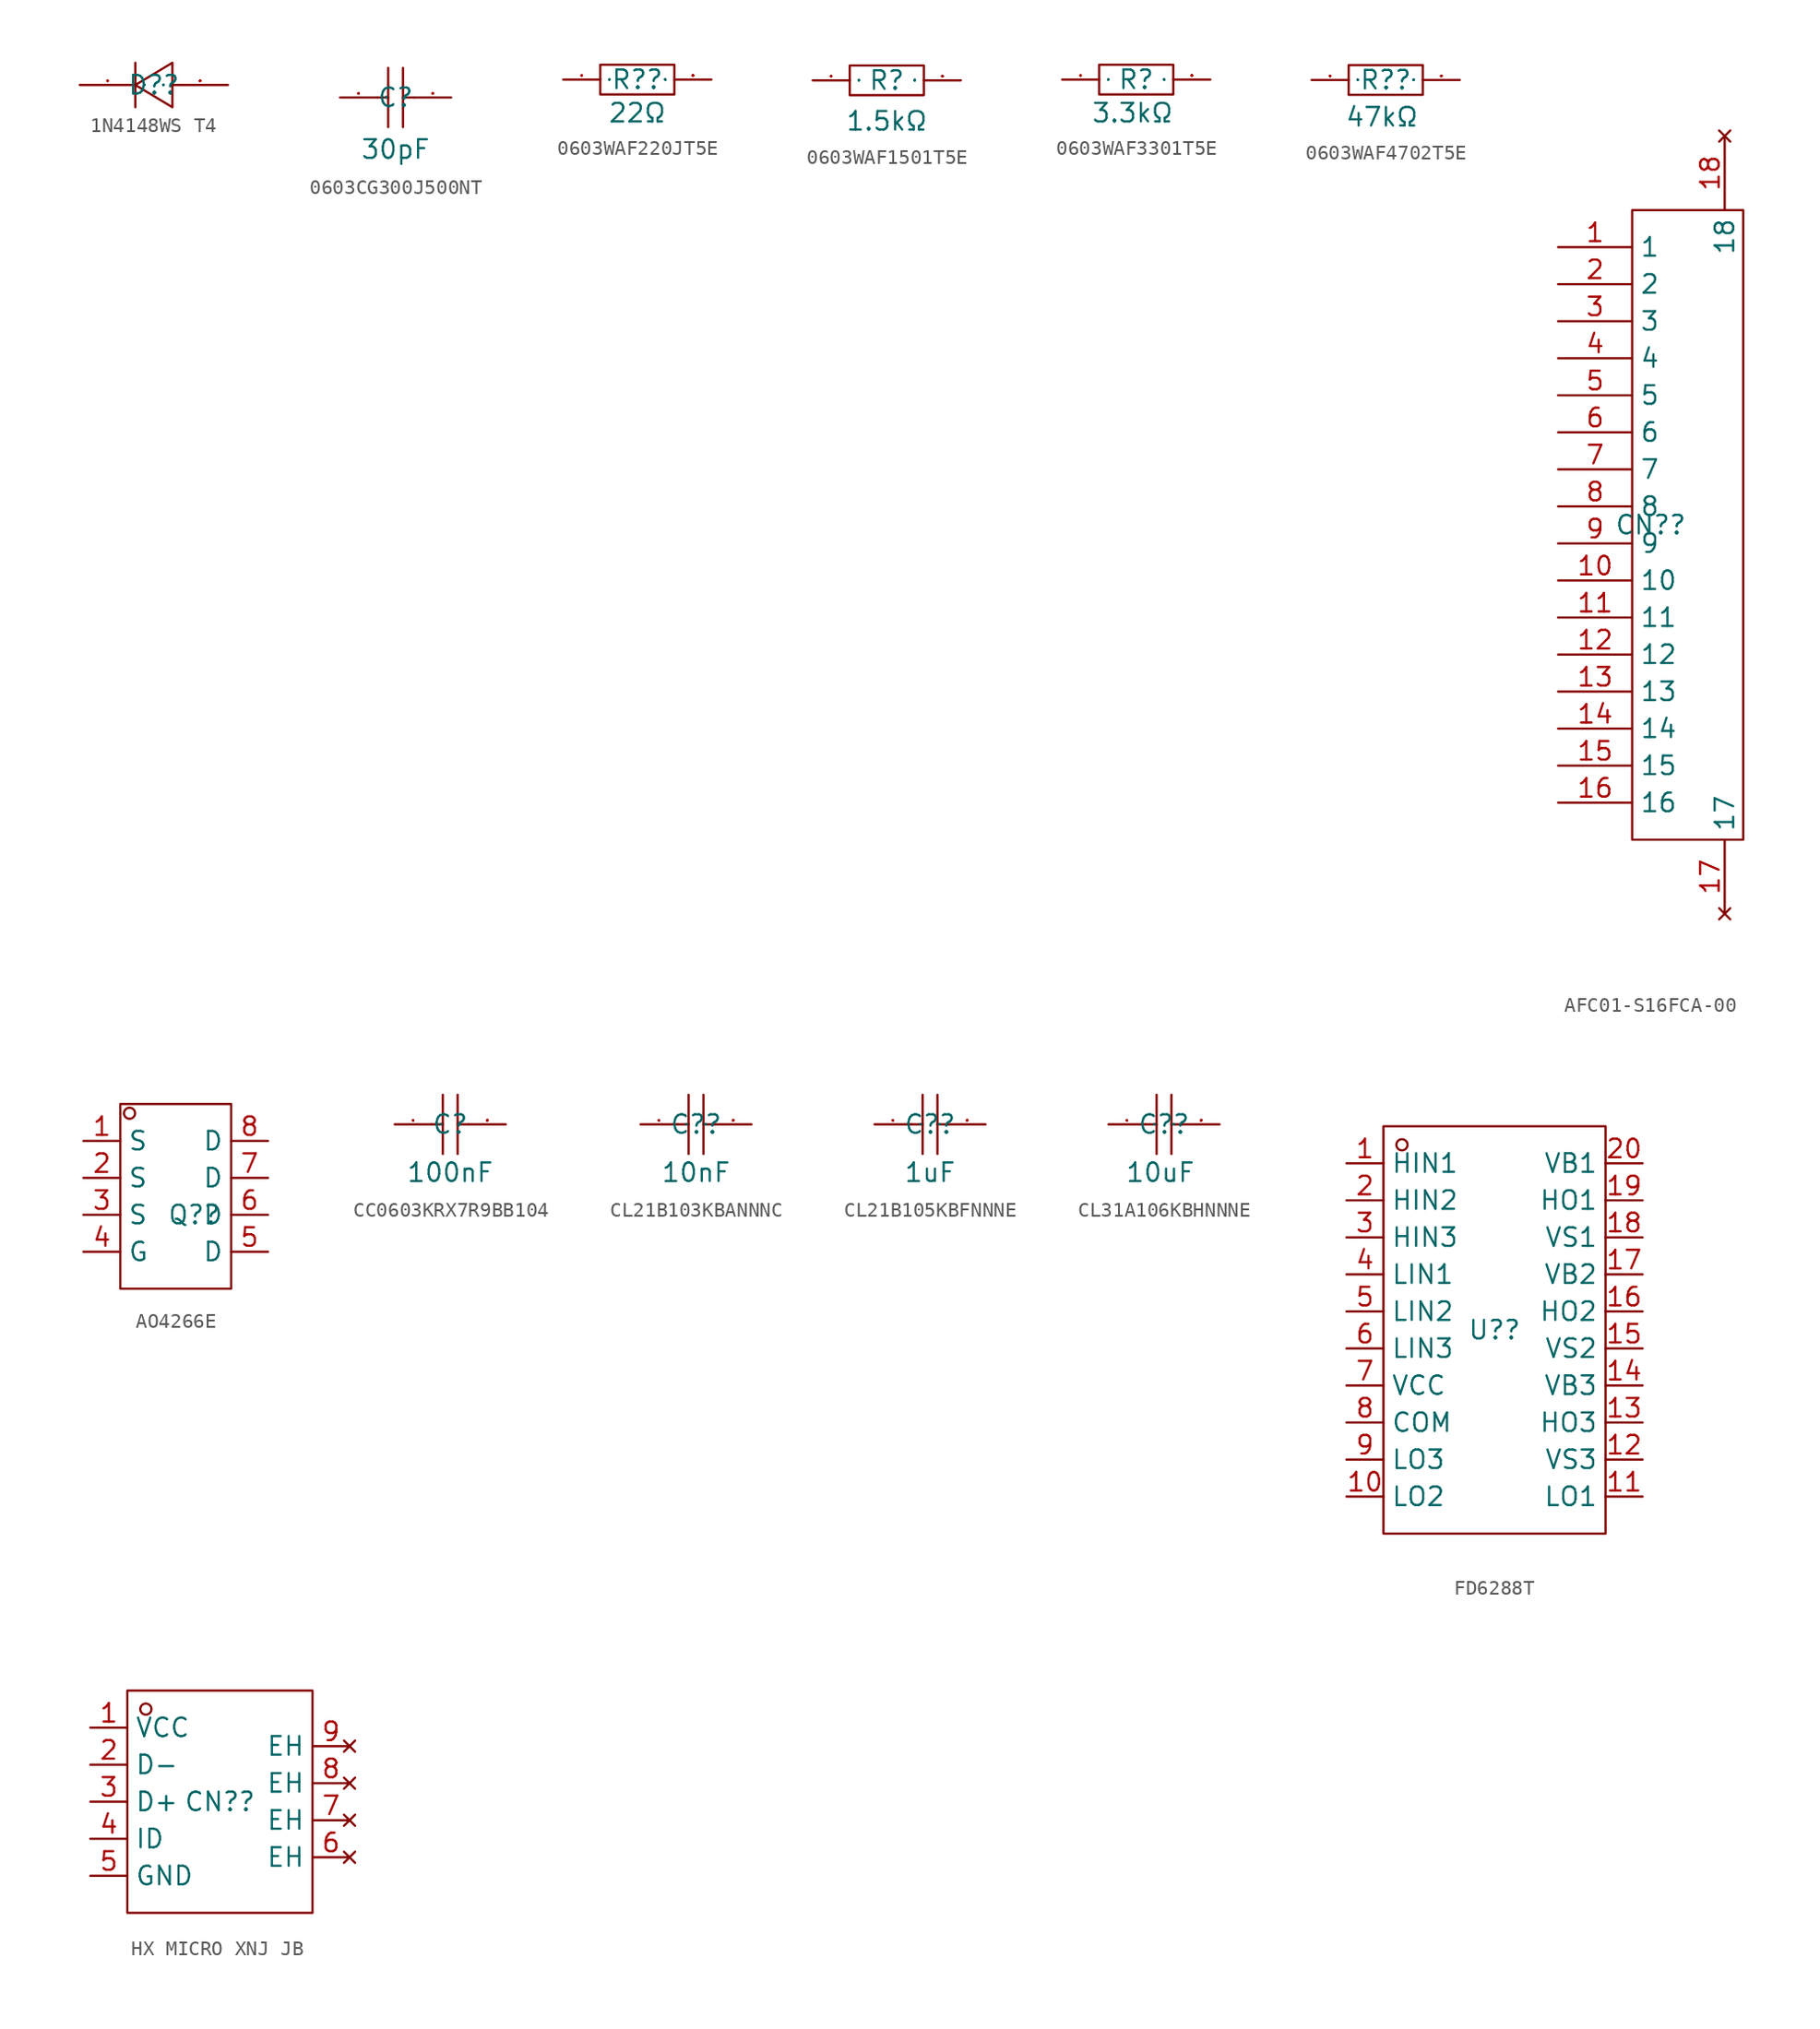
<source format=kicad_sym>
(kicad_symbol_lib
  (version 20231120)
  (generator "kicad_symbol_editor")
  (generator_version "8.0")
  (symbol "1N4148WS T4"
    (property "Reference" "D?"
      (at 0 0 0)
      (effects (font (size 1.27 1.27))))
    (property "Value" ""
      (at 0 0 0)
      (effects (font (size 1.27 1.27))))
    (symbol "1N4148WS T4_1_0"
      (polyline (pts (xy -1.27 -1.524) (xy -1.27 1.524)) (stroke (width 0) (type default)) (fill (type none)))
      (polyline (pts (xy 1.27 1.524) (xy -1.27 0) (xy -1.27 0) (xy 1.27 -1.524) (xy 1.27 -1.524) (xy 1.27 1.524)) (stroke (width 0) (type default)) (fill (type none)))
      (pin passive line (at -5.08 0 0) (length 3.81) (name "K" (effects (font (size 0.025 0.025)))) (number "1" (effects (font (size 0.025 0.025)))))
      (pin passive line (at 5.08 0 180) (length 3.81) (name "A" (effects (font (size 0.025 0.025)))) (number "2" (effects (font (size 0.025 0.025)))))))
  (symbol "0603CG300J500NT"
    (property "Reference" "C"
      (at 0 0 0)
      (effects (font (size 1.27 1.27))))
    (property "Value" "30pF"
      (at 0 -3.556 0)
      (effects (font (size 1.27 1.27))))
    (symbol "0603CG300J500NT_1_0"
      (polyline (pts (xy -1.27 0) (xy -0.508 0)) (stroke (width 0) (type default)) (fill (type none)))
      (polyline (pts (xy -0.508 2.032) (xy -0.508 -2.032)) (stroke (width 0) (type default)) (fill (type none)))
      (polyline (pts (xy 0.508 0) (xy 1.27 0)) (stroke (width 0) (type default)) (fill (type none)))
      (polyline (pts (xy 0.508 2.032) (xy 0.508 -2.032)) (stroke (width 0) (type default)) (fill (type none)))
      (pin passive line (at -3.81 0 0) (length 2.54) (name "1" (effects (font (size 0.025 0.025)))) (number "1" (effects (font (size 0.025 0.025)))))
      (pin passive line (at 3.81 0 180) (length 2.54) (name "2" (effects (font (size 0.025 0.025)))) (number "2" (effects (font (size 0.025 0.025)))))))
  (symbol "0603WAF220JT5E"
    (property "Reference" "R?"
      (at 0 0 0)
      (effects (font (size 1.27 1.27))))
    (property "Value" " 22Ω"
      (at 0 -2.286 0)
      (effects (font (size 1.27 1.27))))
    (symbol "0603WAF220JT5E_1_0"
      (rectangle (start -2.54 -1.016) (end 2.54 1.016) (stroke (width 0) (type default)) (fill (type none)))
      (pin passive line (at -5.08 0 0) (length 2.54) (name "1" (effects (font (size 0.025 0.025)))) (number "1" (effects (font (size 0.025 0.025)))))
      (pin passive line (at 5.08 0 180) (length 2.54) (name "2" (effects (font (size 0.025 0.025)))) (number "2" (effects (font (size 0.025 0.025)))))))
  (symbol "0603WAF1501T5E"
    (property "Reference" "R"
      (at 0 0 0)
      (effects (font (size 1.27 1.27))))
    (property "Value" "1.5kΩ"
      (at 0 -2.794 0)
      (effects (font (size 1.27 1.27))))
    (symbol "0603WAF1501T5E_1_0"
      (rectangle (start -2.54 -1.016) (end 2.54 1.016) (stroke (width 0) (type default)) (fill (type none)))
      (pin passive line (at -5.08 0 0) (length 2.54) (name "1" (effects (font (size 0.025 0.025)))) (number "1" (effects (font (size 0.025 0.025)))))
      (pin passive line (at 5.08 0 180) (length 2.54) (name "2" (effects (font (size 0.025 0.025)))) (number "2" (effects (font (size 0.025 0.025)))))))
  (symbol "0603WAF3301T5E"
    (property "Reference" "R"
      (at 0 0 0)
      (effects (font (size 1.27 1.27))))
    (property "Value" "3.3kΩ"
      (at -0.254 -2.286 0)
      (effects (font (size 1.27 1.27))))
    (symbol "0603WAF3301T5E_1_0"
      (rectangle (start -2.54 -1.016) (end 2.54 1.016) (stroke (width 0) (type default)) (fill (type none)))
      (pin passive line (at -5.08 0 0) (length 2.54) (name "1" (effects (font (size 0.025 0.025)))) (number "1" (effects (font (size 0.025 0.025)))))
      (pin passive line (at 5.08 0 180) (length 2.54) (name "2" (effects (font (size 0.025 0.025)))) (number "2" (effects (font (size 0.025 0.025)))))))
  (symbol "0603WAF4702T5E"
    (property "Reference" "R?"
      (at 0 0 0)
      (effects (font (size 1.27 1.27))))
    (property "Value" " 47kΩ"
      (at -0.254 -2.54 0)
      (effects (font (size 1.27 1.27))))
    (symbol "0603WAF4702T5E_1_0"
      (rectangle (start -2.54 -1.016) (end 2.54 1.016) (stroke (width 0) (type default)) (fill (type none)))
      (pin passive line (at -5.08 0 0) (length 2.54) (name "1" (effects (font (size 0.025 0.025)))) (number "1" (effects (font (size 0.025 0.025)))))
      (pin passive line (at 5.08 0 180) (length 2.54) (name "2" (effects (font (size 0.025 0.025)))) (number "2" (effects (font (size 0.025 0.025)))))))
  (symbol "AFC01-S16FCA-00"
    (property "Reference" "CN?"
      (at 0 0 0)
      (effects (font (size 1.27 1.27))))
    (property "Value" ""
      (at 0 0 0)
      (effects (font (size 1.27 1.27))))
    (symbol "AFC01-S16FCA-00_1_0"
      (rectangle (start -1.27 -21.59) (end 6.35 21.59) (stroke (width 0) (type default)) (fill (type none)))
      (pin free line (at -6.35 19.05 0) (length 5.08) (name "1" (effects (font (size 1.27 1.27)))) (number "1" (effects (font (size 1.27 1.27)))))
      (pin free line (at -6.35 -3.81 0) (length 5.08) (name "10" (effects (font (size 1.27 1.27)))) (number "10" (effects (font (size 1.27 1.27)))))
      (pin free line (at -6.35 -6.35 0) (length 5.08) (name "11" (effects (font (size 1.27 1.27)))) (number "11" (effects (font (size 1.27 1.27)))))
      (pin free line (at -6.35 -8.89 0) (length 5.08) (name "12" (effects (font (size 1.27 1.27)))) (number "12" (effects (font (size 1.27 1.27)))))
      (pin free line (at -6.35 -11.43 0) (length 5.08) (name "13" (effects (font (size 1.27 1.27)))) (number "13" (effects (font (size 1.27 1.27)))))
      (pin free line (at -6.35 -13.97 0) (length 5.08) (name "14" (effects (font (size 1.27 1.27)))) (number "14" (effects (font (size 1.27 1.27)))))
      (pin free line (at -6.35 -16.51 0) (length 5.08) (name "15" (effects (font (size 1.27 1.27)))) (number "15" (effects (font (size 1.27 1.27)))))
      (pin free line (at -6.35 -19.05 0) (length 5.08) (name "16" (effects (font (size 1.27 1.27)))) (number "16" (effects (font (size 1.27 1.27)))))
      (pin no_connect line (at 5.08 -26.67 90) (length 5.08) (name "17" (effects (font (size 1.27 1.27)))) (number "17" (effects (font (size 1.27 1.27)))))
      (pin no_connect line (at 5.08 26.67 270) (length 5.08) (name "18" (effects (font (size 1.27 1.27)))) (number "18" (effects (font (size 1.27 1.27)))))
      (pin free line (at -6.35 16.51 0) (length 5.08) (name "2" (effects (font (size 1.27 1.27)))) (number "2" (effects (font (size 1.27 1.27)))))
      (pin free line (at -6.35 13.97 0) (length 5.08) (name "3" (effects (font (size 1.27 1.27)))) (number "3" (effects (font (size 1.27 1.27)))))
      (pin free line (at -6.35 11.43 0) (length 5.08) (name "4" (effects (font (size 1.27 1.27)))) (number "4" (effects (font (size 1.27 1.27)))))
      (pin free line (at -6.35 8.89 0) (length 5.08) (name "5" (effects (font (size 1.27 1.27)))) (number "5" (effects (font (size 1.27 1.27)))))
      (pin free line (at -6.35 6.35 0) (length 5.08) (name "6" (effects (font (size 1.27 1.27)))) (number "6" (effects (font (size 1.27 1.27)))))
      (pin free line (at -6.35 3.81 0) (length 5.08) (name "7" (effects (font (size 1.27 1.27)))) (number "7" (effects (font (size 1.27 1.27)))))
      (pin free line (at -6.35 1.27 0) (length 5.08) (name "8" (effects (font (size 1.27 1.27)))) (number "8" (effects (font (size 1.27 1.27)))))
      (pin free line (at -6.35 -1.27 0) (length 5.08) (name "9" (effects (font (size 1.27 1.27)))) (number "9" (effects (font (size 1.27 1.27)))))))
  (symbol "AO4266E"
    (property "Reference" "Q?"
      (at 0 0 0)
      (effects (font (size 1.27 1.27))))
    (property "Value" ""
      (at 0 0 0)
      (effects (font (size 1.27 1.27))))
    (symbol "AO4266E_1_0"
      (rectangle (start -5.08 -5.08) (end 2.54 7.62) (stroke (width 0) (type default)) (fill (type none)))
      (circle (center -4.445 6.985) (radius 0.381) (stroke (width 0) (type default)) (fill (type none)))
      (pin passive line (at -7.62 5.08 0) (length 2.54) (name "S" (effects (font (size 1.27 1.27)))) (number "1" (effects (font (size 1.27 1.27)))))
      (pin passive line (at -7.62 2.54 0) (length 2.54) (name "S" (effects (font (size 1.27 1.27)))) (number "2" (effects (font (size 1.27 1.27)))))
      (pin passive line (at -7.62 0 0) (length 2.54) (name "S" (effects (font (size 1.27 1.27)))) (number "3" (effects (font (size 1.27 1.27)))))
      (pin input line (at -7.62 -2.54 0) (length 2.54) (name "G" (effects (font (size 1.27 1.27)))) (number "4" (effects (font (size 1.27 1.27)))))
      (pin passive line (at 5.08 -2.54 180) (length 2.54) (name "D" (effects (font (size 1.27 1.27)))) (number "5" (effects (font (size 1.27 1.27)))))
      (pin passive line (at 5.08 0 180) (length 2.54) (name "D" (effects (font (size 1.27 1.27)))) (number "6" (effects (font (size 1.27 1.27)))))
      (pin passive line (at 5.08 2.54 180) (length 2.54) (name "D" (effects (font (size 1.27 1.27)))) (number "7" (effects (font (size 1.27 1.27)))))
      (pin passive line (at 5.08 5.08 180) (length 2.54) (name "D" (effects (font (size 1.27 1.27)))) (number "8" (effects (font (size 1.27 1.27)))))))
  (symbol "CC0603KRX7R9BB104"
    (property "Reference" "C"
      (at 0 0 0)
      (effects (font (size 1.27 1.27))))
    (property "Value" "100nF"
      (at 0 -3.302 0)
      (effects (font (size 1.27 1.27))))
    (symbol "CC0603KRX7R9BB104_1_0"
      (polyline (pts (xy -0.508 -2.032) (xy -0.508 2.032)) (stroke (width 0) (type default)) (fill (type none)))
      (polyline (pts (xy -0.508 0) (xy -1.27 0)) (stroke (width 0) (type default)) (fill (type none)))
      (polyline (pts (xy 0.508 2.032) (xy 0.508 -2.032)) (stroke (width 0) (type default)) (fill (type none)))
      (polyline (pts (xy 1.27 0) (xy 0.508 0)) (stroke (width 0) (type default)) (fill (type none)))
      (pin passive line (at -3.81 0 0) (length 2.54) (name "1" (effects (font (size 0.025 0.025)))) (number "1" (effects (font (size 0.025 0.025)))))
      (pin passive line (at 3.81 0 180) (length 2.54) (name "2" (effects (font (size 0.025 0.025)))) (number "2" (effects (font (size 0.025 0.025)))))))
  (symbol "CL21B103KBANNNC"
    (property "Reference" "C?"
      (at 0 0 0)
      (effects (font (size 1.27 1.27))))
    (property "Value" "10nF"
      (at 0 -3.302 0)
      (effects (font (size 1.27 1.27))))
    (symbol "CL21B103KBANNNC_1_0"
      (polyline (pts (xy -1.27 0) (xy -0.508 0)) (stroke (width 0) (type default)) (fill (type none)))
      (polyline (pts (xy -0.508 2.032) (xy -0.508 -2.032)) (stroke (width 0) (type default)) (fill (type none)))
      (polyline (pts (xy 0.508 0) (xy 1.27 0)) (stroke (width 0) (type default)) (fill (type none)))
      (polyline (pts (xy 0.508 2.032) (xy 0.508 -2.032)) (stroke (width 0) (type default)) (fill (type none)))
      (pin passive line (at -3.81 0 0) (length 2.54) (name "1" (effects (font (size 0.025 0.025)))) (number "1" (effects (font (size 0.025 0.025)))))
      (pin passive line (at 3.81 0 180) (length 2.54) (name "2" (effects (font (size 0.025 0.025)))) (number "2" (effects (font (size 0.025 0.025)))))))
  (symbol "CL21B105KBFNNNE"
    (property "Reference" "C?"
      (at 0 0 0)
      (effects (font (size 1.27 1.27))))
    (property "Value" "1uF"
      (at 0 -3.302 0)
      (effects (font (size 1.27 1.27))))
    (symbol "CL21B105KBFNNNE_1_0"
      (polyline (pts (xy -1.27 0) (xy -0.508 0)) (stroke (width 0) (type default)) (fill (type none)))
      (polyline (pts (xy -0.508 2.032) (xy -0.508 -2.032)) (stroke (width 0) (type default)) (fill (type none)))
      (polyline (pts (xy 0.508 0) (xy 1.27 0)) (stroke (width 0) (type default)) (fill (type none)))
      (polyline (pts (xy 0.508 2.032) (xy 0.508 -2.032)) (stroke (width 0) (type default)) (fill (type none)))
      (pin passive line (at -3.81 0 0) (length 2.54) (name "1" (effects (font (size 0.025 0.025)))) (number "1" (effects (font (size 0.025 0.025)))))
      (pin passive line (at 3.81 0 180) (length 2.54) (name "2" (effects (font (size 0.025 0.025)))) (number "2" (effects (font (size 0.025 0.025)))))))
  (symbol "CL31A106KBHNNNE"
    (property "Reference" "C?"
      (at 0 0 0)
      (effects (font (size 1.27 1.27))))
    (property "Value" "10uF"
      (at -0.254 -3.302 0)
      (effects (font (size 1.27 1.27))))
    (symbol "CL31A106KBHNNNE_1_0"
      (polyline (pts (xy -1.27 0) (xy -0.508 0)) (stroke (width 0) (type default)) (fill (type none)))
      (polyline (pts (xy -0.508 2.032) (xy -0.508 -2.032)) (stroke (width 0) (type default)) (fill (type none)))
      (polyline (pts (xy 0.508 0) (xy 1.27 0)) (stroke (width 0) (type default)) (fill (type none)))
      (polyline (pts (xy 0.508 2.032) (xy 0.508 -2.032)) (stroke (width 0) (type default)) (fill (type none)))
      (pin passive line (at -3.81 0 0) (length 2.54) (name "1" (effects (font (size 0.025 0.025)))) (number "1" (effects (font (size 0.025 0.025)))))
      (pin passive line (at 3.81 0 180) (length 2.54) (name "2" (effects (font (size 0.025 0.025)))) (number "2" (effects (font (size 0.025 0.025)))))))
  (symbol "FD6288T"
    (property "Reference" "U?"
      (at 0 0 0)
      (effects (font (size 1.27 1.27))))
    (property "Value" ""
      (at 0 0 0)
      (effects (font (size 1.27 1.27))))
    (symbol "FD6288T_1_0"
      (rectangle (start -7.62 -13.97) (end 7.62 13.97) (stroke (width 0) (type default)) (fill (type none)))
      (circle (center -6.35 12.7) (radius 0.381) (stroke (width 0) (type default)) (fill (type none)))
      (pin free line (at -10.16 11.43 0) (length 2.54) (name "HIN1" (effects (font (size 1.27 1.27)))) (number "1" (effects (font (size 1.27 1.27)))))
      (pin output line (at -10.16 -11.43 0) (length 2.54) (name "LO2" (effects (font (size 1.27 1.27)))) (number "10" (effects (font (size 1.27 1.27)))))
      (pin output line (at 10.16 -11.43 180) (length 2.54) (name "LO1" (effects (font (size 1.27 1.27)))) (number "11" (effects (font (size 1.27 1.27)))))
      (pin free line (at 10.16 -8.89 180) (length 2.54) (name "VS3" (effects (font (size 1.27 1.27)))) (number "12" (effects (font (size 1.27 1.27)))))
      (pin output line (at 10.16 -6.35 180) (length 2.54) (name "HO3" (effects (font (size 1.27 1.27)))) (number "13" (effects (font (size 1.27 1.27)))))
      (pin free line (at 10.16 -3.81 180) (length 2.54) (name "VB3" (effects (font (size 1.27 1.27)))) (number "14" (effects (font (size 1.27 1.27)))))
      (pin free line (at 10.16 -1.27 180) (length 2.54) (name "VS2" (effects (font (size 1.27 1.27)))) (number "15" (effects (font (size 1.27 1.27)))))
      (pin output line (at 10.16 1.27 180) (length 2.54) (name "HO2" (effects (font (size 1.27 1.27)))) (number "16" (effects (font (size 1.27 1.27)))))
      (pin free line (at 10.16 3.81 180) (length 2.54) (name "VB2" (effects (font (size 1.27 1.27)))) (number "17" (effects (font (size 1.27 1.27)))))
      (pin free line (at 10.16 6.35 180) (length 2.54) (name "VS1" (effects (font (size 1.27 1.27)))) (number "18" (effects (font (size 1.27 1.27)))))
      (pin output line (at 10.16 8.89 180) (length 2.54) (name "HO1" (effects (font (size 1.27 1.27)))) (number "19" (effects (font (size 1.27 1.27)))))
      (pin free line (at -10.16 8.89 0) (length 2.54) (name "HIN2" (effects (font (size 1.27 1.27)))) (number "2" (effects (font (size 1.27 1.27)))))
      (pin free line (at 10.16 11.43 180) (length 2.54) (name "VB1" (effects (font (size 1.27 1.27)))) (number "20" (effects (font (size 1.27 1.27)))))
      (pin free line (at -10.16 6.35 0) (length 2.54) (name "HIN3" (effects (font (size 1.27 1.27)))) (number "3" (effects (font (size 1.27 1.27)))))
      (pin free line (at -10.16 3.81 0) (length 2.54) (name "LIN1" (effects (font (size 1.27 1.27)))) (number "4" (effects (font (size 1.27 1.27)))))
      (pin free line (at -10.16 1.27 0) (length 2.54) (name "LIN2" (effects (font (size 1.27 1.27)))) (number "5" (effects (font (size 1.27 1.27)))))
      (pin free line (at -10.16 -1.27 0) (length 2.54) (name "LIN3" (effects (font (size 1.27 1.27)))) (number "6" (effects (font (size 1.27 1.27)))))
      (pin power_in line (at -10.16 -3.81 0) (length 2.54) (name "VCC" (effects (font (size 1.27 1.27)))) (number "7" (effects (font (size 1.27 1.27)))))
      (pin power_in line (at -10.16 -6.35 0) (length 2.54) (name "COM" (effects (font (size 1.27 1.27)))) (number "8" (effects (font (size 1.27 1.27)))))
      (pin output line (at -10.16 -8.89 0) (length 2.54) (name "LO3" (effects (font (size 1.27 1.27)))) (number "9" (effects (font (size 1.27 1.27)))))))
  (symbol "HX MICRO XNJ JB"
    (property "Reference" "CN?"
      (at 0 0 0)
      (effects (font (size 1.27 1.27))))
    (property "Value" ""
      (at 0 0 0)
      (effects (font (size 1.27 1.27))))
    (symbol "HX MICRO XNJ JB_1_0"
      (rectangle (start -6.35 -7.62) (end 6.35 7.62) (stroke (width 0) (type default)) (fill (type none)))
      (circle (center -5.08 6.35) (radius 0.381) (stroke (width 0) (type default)) (fill (type none)))
      (pin power_in line (at -8.89 5.08 0) (length 2.54) (name "VCC" (effects (font (size 1.27 1.27)))) (number "1" (effects (font (size 1.27 1.27)))))
      (pin bidirectional line (at -8.89 2.54 0) (length 2.54) (name "D-" (effects (font (size 1.27 1.27)))) (number "2" (effects (font (size 1.27 1.27)))))
      (pin bidirectional line (at -8.89 0 0) (length 2.54) (name "D+" (effects (font (size 1.27 1.27)))) (number "3" (effects (font (size 1.27 1.27)))))
      (pin free line (at -8.89 -2.54 0) (length 2.54) (name "ID" (effects (font (size 1.27 1.27)))) (number "4" (effects (font (size 1.27 1.27)))))
      (pin power_in line (at -8.89 -5.08 0) (length 2.54) (name "GND" (effects (font (size 1.27 1.27)))) (number "5" (effects (font (size 1.27 1.27)))))
      (pin no_connect line (at 8.89 -3.81 180) (length 2.54) (name "EH" (effects (font (size 1.27 1.27)))) (number "6" (effects (font (size 1.27 1.27)))))
      (pin no_connect line (at 8.89 -1.27 180) (length 2.54) (name "EH" (effects (font (size 1.27 1.27)))) (number "7" (effects (font (size 1.27 1.27)))))
      (pin no_connect line (at 8.89 1.27 180) (length 2.54) (name "EH" (effects (font (size 1.27 1.27)))) (number "8" (effects (font (size 1.27 1.27)))))
      (pin no_connect line (at 8.89 3.81 180) (length 2.54) (name "EH" (effects (font (size 1.27 1.27)))) (number "9" (effects (font (size 1.27 1.27))))))))
</source>
